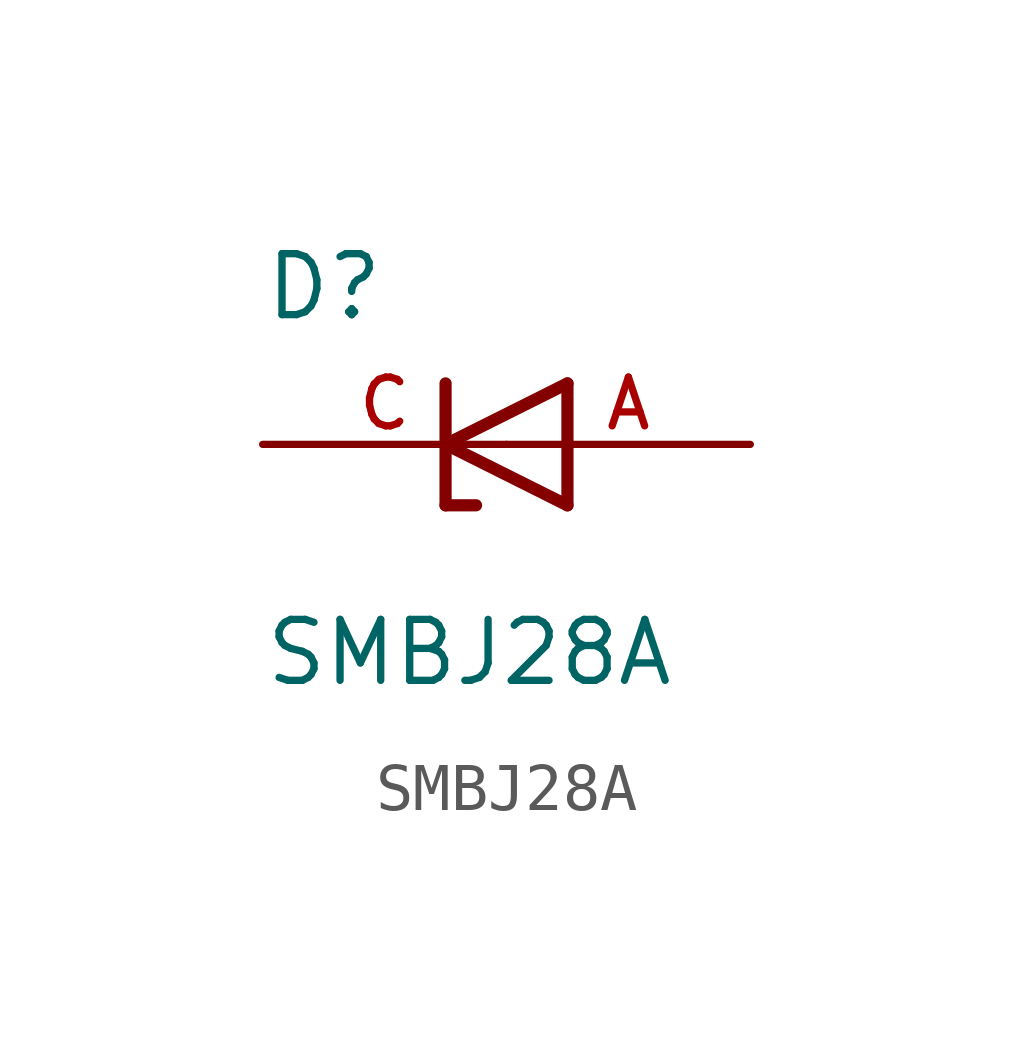
<source format=kicad_sym>
(kicad_symbol_lib
  (version 20241209)
  (generator "kicad_symbol_editor")
  (generator_version "9.0")
  (symbol "SMBJ28A"
    (pin_names
      (offset 1.016))
    (property "Reference" "D"
      (at -5.08 2.54 0)
      (effects (font (size 1.27 1.27)) (justify left bottom)))
    (property "Value" "SMBJ28A"
      (at -5.08 -5.08 0)
      (effects (font (size 1.27 1.27)) (justify left bottom)))
    (symbol "SMBJ28A_0_0"
      (polyline (pts (xy -1.27 0) (xy -1.27 1.27)) (stroke (width 0.254) (type default)) (fill (type none)))
      (polyline (pts (xy -1.27 0) (xy 1.27 -1.27)) (stroke (width 0.254) (type default)) (fill (type none)))
      (polyline (pts (xy -1.27 -1.27) (xy -1.27 0)) (stroke (width 0.254) (type default)) (fill (type none)))
      (polyline (pts (xy -0.635 -1.27) (xy -1.27 -1.27)) (stroke (width 0.254) (type default)) (fill (type none)))
      (polyline (pts (xy 1.27 1.27) (xy -1.27 0)) (stroke (width 0.254) (type default)) (fill (type none)))
      (polyline (pts (xy 1.27 -1.27) (xy 1.27 1.27)) (stroke (width 0.254) (type default)) (fill (type none)))
      (pin passive line (at -5.08 0 0) (length 5.08) (name "~" (effects (font (size 1.016 1.016)))) (number "C" (effects (font (size 1.016 1.016)))))
      (pin passive line (at 5.08 0 180) (length 5.08) (name "~" (effects (font (size 1.016 1.016)))) (number "A" (effects (font (size 1.016 1.016))))))))
</source>
